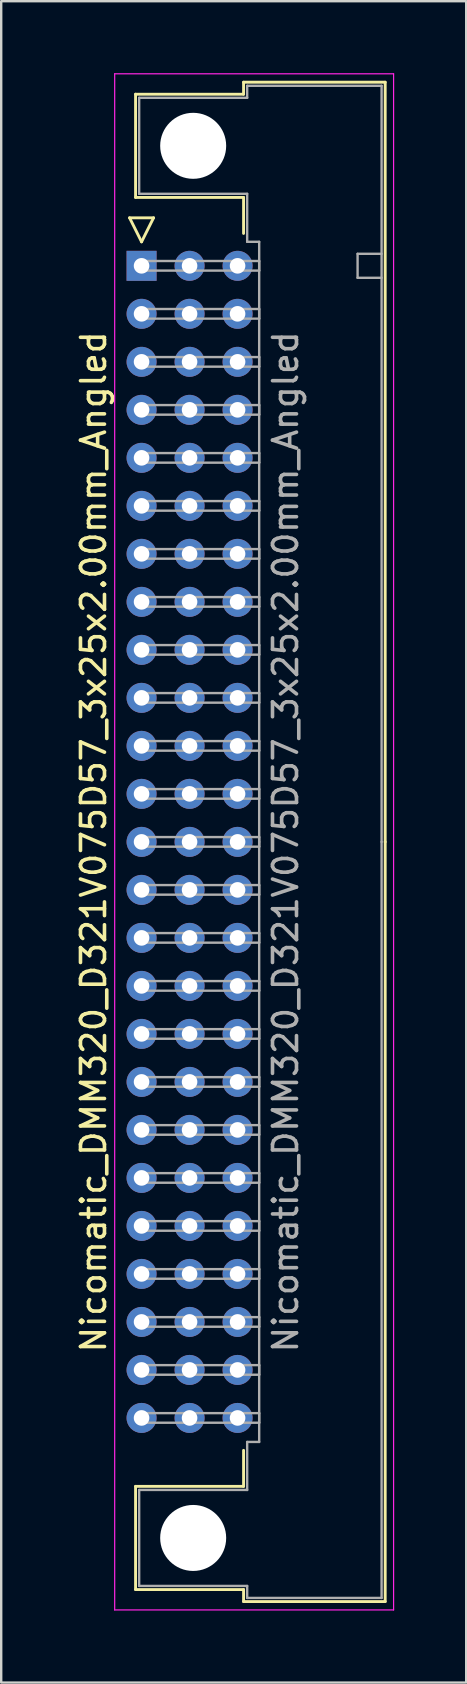
<source format=kicad_pcb>
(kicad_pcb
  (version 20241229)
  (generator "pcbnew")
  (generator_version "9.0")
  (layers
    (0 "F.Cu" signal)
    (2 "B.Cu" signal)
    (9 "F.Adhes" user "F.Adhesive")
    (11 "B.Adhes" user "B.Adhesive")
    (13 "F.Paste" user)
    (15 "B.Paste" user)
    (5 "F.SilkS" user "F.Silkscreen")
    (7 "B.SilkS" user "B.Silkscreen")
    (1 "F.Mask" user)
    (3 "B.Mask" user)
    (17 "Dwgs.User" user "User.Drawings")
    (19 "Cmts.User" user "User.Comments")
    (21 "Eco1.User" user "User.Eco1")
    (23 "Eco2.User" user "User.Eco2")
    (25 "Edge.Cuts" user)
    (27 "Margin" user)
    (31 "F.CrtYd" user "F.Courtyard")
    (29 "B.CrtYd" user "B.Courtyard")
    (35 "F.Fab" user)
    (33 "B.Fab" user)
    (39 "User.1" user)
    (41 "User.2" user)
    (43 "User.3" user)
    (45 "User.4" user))
  (footprint "Nicomatic_DMM320_D321V075D57_3x25x2.00mm_Angled"
    (layer "F.Cu")
    (at 2.848 8.025)
    (property "Reference" "Nicomatic_DMM320_D321V075D57_3x25x2.00mm_Angled" (at -2 24 90) (layer "F.SilkS") (effects (font (size 1 1) (thickness 0.15))))
    (attr through_hole)
    (fp_line (start -0.5 -2) (end 0 -1) (stroke (width 0.12) (type solid)) (layer "F.SilkS"))
    (fp_line (start -0.25 -7.15) (end -0.25 -2.85) (stroke (width 0.12) (type solid)) (layer "F.SilkS"))
    (fp_line (start -0.25 -2.85) (end 4.25 -2.85) (stroke (width 0.12) (type solid)) (layer "F.SilkS"))
    (fp_line (start -0.25 50.85) (end 4.25 50.85) (stroke (width 0.12) (type solid)) (layer "F.SilkS"))
    (fp_line (start -0.25 55.15) (end -0.25 50.85) (stroke (width 0.12) (type solid)) (layer "F.SilkS"))
    (fp_line (start 0 -1) (end 0.5 -2) (stroke (width 0.12) (type solid)) (layer "F.SilkS"))
    (fp_line (start 0.5 -2) (end -0.5 -2) (stroke (width 0.12) (type solid)) (layer "F.SilkS"))
    (fp_line (start 4.25 -7.65) (end 4.25 -7.15) (stroke (width 0.12) (type solid)) (layer "F.SilkS"))
    (fp_line (start 4.25 -7.15) (end -0.25 -7.15) (stroke (width 0.12) (type solid)) (layer "F.SilkS"))
    (fp_line (start 4.25 -2.85) (end 4.25 -1.35) (stroke (width 0.12) (type solid)) (layer "F.SilkS"))
    (fp_line (start 4.25 50.85) (end 4.25 49.35) (stroke (width 0.12) (type solid)) (layer "F.SilkS"))
    (fp_line (start 4.25 55.15) (end -0.25 55.15) (stroke (width 0.12) (type solid)) (layer "F.SilkS"))
    (fp_line (start 4.25 55.65) (end 4.25 55.15) (stroke (width 0.12) (type solid)) (layer "F.SilkS"))
    (fp_line (start 10.15 -7.65) (end 4.25 -7.65) (stroke (width 0.12) (type solid)) (layer "F.SilkS"))
    (fp_line (start 10.15 24) (end 10.15 -7.65) (stroke (width 0.12) (type solid)) (layer "F.SilkS"))
    (fp_line (start 10.15 24) (end 10.15 55.65) (stroke (width 0.12) (type solid)) (layer "F.SilkS"))
    (fp_line (start 10.15 55.65) (end 4.25 55.65) (stroke (width 0.12) (type solid)) (layer "F.SilkS"))
    (fp_line (start -1.12 -8) (end -1.12 56) (stroke (width 0.05) (type solid)) (layer "F.CrtYd"))
    (fp_line (start -1.12 56) (end 10.5 56) (stroke (width 0.05) (type solid)) (layer "F.CrtYd"))
    (fp_line (start 10.5 -8) (end -1.12 -8) (stroke (width 0.05) (type solid)) (layer "F.CrtYd"))
    (fp_line (start 10.5 56) (end 10.5 -8) (stroke (width 0.05) (type solid)) (layer "F.CrtYd"))
    (fp_line (start -0.1 -7) (end -0.1 -3) (stroke (width 0.1) (type solid)) (layer "F.Fab"))
    (fp_line (start -0.1 -3) (end 4.4 -3) (stroke (width 0.1) (type solid)) (layer "F.Fab"))
    (fp_line (start -0.1 51) (end 4.4 51) (stroke (width 0.1) (type solid)) (layer "F.Fab"))
    (fp_line (start -0.1 55) (end -0.1 51) (stroke (width 0.1) (type solid)) (layer "F.Fab"))
    (fp_line (start 0 -0.2) (end 0 0.2) (stroke (width 0.1) (type solid)) (layer "F.Fab"))
    (fp_line (start 0 0.2) (end 4.9 0.2) (stroke (width 0.1) (type solid)) (layer "F.Fab"))
    (fp_line (start 0 1.8) (end 0 2.2) (stroke (width 0.1) (type solid)) (layer "F.Fab"))
    (fp_line (start 0 2.2) (end 4.9 2.2) (stroke (width 0.1) (type solid)) (layer "F.Fab"))
    (fp_line (start 0 3.8) (end 0 4.2) (stroke (width 0.1) (type solid)) (layer "F.Fab"))
    (fp_line (start 0 4.2) (end 4.9 4.2) (stroke (width 0.1) (type solid)) (layer "F.Fab"))
    (fp_line (start 0 5.8) (end 0 6.2) (stroke (width 0.1) (type solid)) (layer "F.Fab"))
    (fp_line (start 0 6.2) (end 4.9 6.2) (stroke (width 0.1) (type solid)) (layer "F.Fab"))
    (fp_line (start 0 7.8) (end 0 8.2) (stroke (width 0.1) (type solid)) (layer "F.Fab"))
    (fp_line (start 0 8.2) (end 4.9 8.2) (stroke (width 0.1) (type solid)) (layer "F.Fab"))
    (fp_line (start 0 9.8) (end 0 10.2) (stroke (width 0.1) (type solid)) (layer "F.Fab"))
    (fp_line (start 0 10.2) (end 4.9 10.2) (stroke (width 0.1) (type solid)) (layer "F.Fab"))
    (fp_line (start 0 11.8) (end 0 12.2) (stroke (width 0.1) (type solid)) (layer "F.Fab"))
    (fp_line (start 0 12.2) (end 4.9 12.2) (stroke (width 0.1) (type solid)) (layer "F.Fab"))
    (fp_line (start 0 13.8) (end 0 14.2) (stroke (width 0.1) (type solid)) (layer "F.Fab"))
    (fp_line (start 0 14.2) (end 4.9 14.2) (stroke (width 0.1) (type solid)) (layer "F.Fab"))
    (fp_line (start 0 15.8) (end 0 16.2) (stroke (width 0.1) (type solid)) (layer "F.Fab"))
    (fp_line (start 0 16.2) (end 4.9 16.2) (stroke (width 0.1) (type solid)) (layer "F.Fab"))
    (fp_line (start 0 17.8) (end 0 18.2) (stroke (width 0.1) (type solid)) (layer "F.Fab"))
    (fp_line (start 0 18.2) (end 4.9 18.2) (stroke (width 0.1) (type solid)) (layer "F.Fab"))
    (fp_line (start 0 19.8) (end 0 20.2) (stroke (width 0.1) (type solid)) (layer "F.Fab"))
    (fp_line (start 0 20.2) (end 4.9 20.2) (stroke (width 0.1) (type solid)) (layer "F.Fab"))
    (fp_line (start 0 21.8) (end 0 22.2) (stroke (width 0.1) (type solid)) (layer "F.Fab"))
    (fp_line (start 0 22.2) (end 4.9 22.2) (stroke (width 0.1) (type solid)) (layer "F.Fab"))
    (fp_line (start 0 23.8) (end 0 24.2) (stroke (width 0.1) (type solid)) (layer "F.Fab"))
    (fp_line (start 0 24.2) (end 4.9 24.2) (stroke (width 0.1) (type solid)) (layer "F.Fab"))
    (fp_line (start 0 25.8) (end 0 26.2) (stroke (width 0.1) (type solid)) (layer "F.Fab"))
    (fp_line (start 0 26.2) (end 4.9 26.2) (stroke (width 0.1) (type solid)) (layer "F.Fab"))
    (fp_line (start 0 27.8) (end 0 28.2) (stroke (width 0.1) (type solid)) (layer "F.Fab"))
    (fp_line (start 0 28.2) (end 4.9 28.2) (stroke (width 0.1) (type solid)) (layer "F.Fab"))
    (fp_line (start 0 29.8) (end 0 30.2) (stroke (width 0.1) (type solid)) (layer "F.Fab"))
    (fp_line (start 0 30.2) (end 4.9 30.2) (stroke (width 0.1) (type solid)) (layer "F.Fab"))
    (fp_line (start 0 31.8) (end 0 32.2) (stroke (width 0.1) (type solid)) (layer "F.Fab"))
    (fp_line (start 0 32.2) (end 4.9 32.2) (stroke (width 0.1) (type solid)) (layer "F.Fab"))
    (fp_line (start 0 33.8) (end 0 34.2) (stroke (width 0.1) (type solid)) (layer "F.Fab"))
    (fp_line (start 0 34.2) (end 4.9 34.2) (stroke (width 0.1) (type solid)) (layer "F.Fab"))
    (fp_line (start 0 35.8) (end 0 36.2) (stroke (width 0.1) (type solid)) (layer "F.Fab"))
    (fp_line (start 0 36.2) (end 4.9 36.2) (stroke (width 0.1) (type solid)) (layer "F.Fab"))
    (fp_line (start 0 37.8) (end 0 38.2) (stroke (width 0.1) (type solid)) (layer "F.Fab"))
    (fp_line (start 0 38.2) (end 4.9 38.2) (stroke (width 0.1) (type solid)) (layer "F.Fab"))
    (fp_line (start 0 39.8) (end 0 40.2) (stroke (width 0.1) (type solid)) (layer "F.Fab"))
    (fp_line (start 0 40.2) (end 4.9 40.2) (stroke (width 0.1) (type solid)) (layer "F.Fab"))
    (fp_line (start 0 41.8) (end 0 42.2) (stroke (width 0.1) (type solid)) (layer "F.Fab"))
    (fp_line (start 0 42.2) (end 4.9 42.2) (stroke (width 0.1) (type solid)) (layer "F.Fab"))
    (fp_line (start 0 43.8) (end 0 44.2) (stroke (width 0.1) (type solid)) (layer "F.Fab"))
    (fp_line (start 0 44.2) (end 4.9 44.2) (stroke (width 0.1) (type solid)) (layer "F.Fab"))
    (fp_line (start 0 45.8) (end 0 46.2) (stroke (width 0.1) (type solid)) (layer "F.Fab"))
    (fp_line (start 0 46.2) (end 4.9 46.2) (stroke (width 0.1) (type solid)) (layer "F.Fab"))
    (fp_line (start 0 47.8) (end 0 48.2) (stroke (width 0.1) (type solid)) (layer "F.Fab"))
    (fp_line (start 0 48.2) (end 4.9 48.2) (stroke (width 0.1) (type solid)) (layer "F.Fab"))
    (fp_line (start 4.4 -7.5) (end 4.4 -7) (stroke (width 0.1) (type solid)) (layer "F.Fab"))
    (fp_line (start 4.4 -7) (end -0.1 -7) (stroke (width 0.1) (type solid)) (layer "F.Fab"))
    (fp_line (start 4.4 -3) (end 4.4 -1) (stroke (width 0.1) (type solid)) (layer "F.Fab"))
    (fp_line (start 4.4 -1) (end 4.9 -1) (stroke (width 0.1) (type solid)) (layer "F.Fab"))
    (fp_line (start 4.4 49) (end 4.9 49) (stroke (width 0.1) (type solid)) (layer "F.Fab"))
    (fp_line (start 4.4 51) (end 4.4 49) (stroke (width 0.1) (type solid)) (layer "F.Fab"))
    (fp_line (start 4.4 55) (end -0.1 55) (stroke (width 0.1) (type solid)) (layer "F.Fab"))
    (fp_line (start 4.4 55.5) (end 4.4 55) (stroke (width 0.1) (type solid)) (layer "F.Fab"))
    (fp_line (start 4.9 -1) (end 4.9 24) (stroke (width 0.1) (type solid)) (layer "F.Fab"))
    (fp_line (start 4.9 -0.2) (end 0 -0.2) (stroke (width 0.1) (type solid)) (layer "F.Fab"))
    (fp_line (start 4.9 0.2) (end 4.9 -0.2) (stroke (width 0.1) (type solid)) (layer "F.Fab"))
    (fp_line (start 4.9 1.8) (end 0 1.8) (stroke (width 0.1) (type solid)) (layer "F.Fab"))
    (fp_line (start 4.9 2.2) (end 4.9 1.8) (stroke (width 0.1) (type solid)) (layer "F.Fab"))
    (fp_line (start 4.9 3.8) (end 0 3.8) (stroke (width 0.1) (type solid)) (layer "F.Fab"))
    (fp_line (start 4.9 4.2) (end 4.9 3.8) (stroke (width 0.1) (type solid)) (layer "F.Fab"))
    (fp_line (start 4.9 5.8) (end 0 5.8) (stroke (width 0.1) (type solid)) (layer "F.Fab"))
    (fp_line (start 4.9 6.2) (end 4.9 5.8) (stroke (width 0.1) (type solid)) (layer "F.Fab"))
    (fp_line (start 4.9 7.8) (end 0 7.8) (stroke (width 0.1) (type solid)) (layer "F.Fab"))
    (fp_line (start 4.9 8.2) (end 4.9 7.8) (stroke (width 0.1) (type solid)) (layer "F.Fab"))
    (fp_line (start 4.9 9.8) (end 0 9.8) (stroke (width 0.1) (type solid)) (layer "F.Fab"))
    (fp_line (start 4.9 10.2) (end 4.9 9.8) (stroke (width 0.1) (type solid)) (layer "F.Fab"))
    (fp_line (start 4.9 11.8) (end 0 11.8) (stroke (width 0.1) (type solid)) (layer "F.Fab"))
    (fp_line (start 4.9 12.2) (end 4.9 11.8) (stroke (width 0.1) (type solid)) (layer "F.Fab"))
    (fp_line (start 4.9 13.8) (end 0 13.8) (stroke (width 0.1) (type solid)) (layer "F.Fab"))
    (fp_line (start 4.9 14.2) (end 4.9 13.8) (stroke (width 0.1) (type solid)) (layer "F.Fab"))
    (fp_line (start 4.9 15.8) (end 0 15.8) (stroke (width 0.1) (type solid)) (layer "F.Fab"))
    (fp_line (start 4.9 16.2) (end 4.9 15.8) (stroke (width 0.1) (type solid)) (layer "F.Fab"))
    (fp_line (start 4.9 17.8) (end 0 17.8) (stroke (width 0.1) (type solid)) (layer "F.Fab"))
    (fp_line (start 4.9 18.2) (end 4.9 17.8) (stroke (width 0.1) (type solid)) (layer "F.Fab"))
    (fp_line (start 4.9 19.8) (end 0 19.8) (stroke (width 0.1) (type solid)) (layer "F.Fab"))
    (fp_line (start 4.9 20.2) (end 4.9 19.8) (stroke (width 0.1) (type solid)) (layer "F.Fab"))
    (fp_line (start 4.9 21.8) (end 0 21.8) (stroke (width 0.1) (type solid)) (layer "F.Fab"))
    (fp_line (start 4.9 22.2) (end 4.9 21.8) (stroke (width 0.1) (type solid)) (layer "F.Fab"))
    (fp_line (start 4.9 23.8) (end 0 23.8) (stroke (width 0.1) (type solid)) (layer "F.Fab"))
    (fp_line (start 4.9 24.2) (end 4.9 23.8) (stroke (width 0.1) (type solid)) (layer "F.Fab"))
    (fp_line (start 4.9 25.8) (end 0 25.8) (stroke (width 0.1) (type solid)) (layer "F.Fab"))
    (fp_line (start 4.9 26.2) (end 4.9 25.8) (stroke (width 0.1) (type solid)) (layer "F.Fab"))
    (fp_line (start 4.9 27.8) (end 0 27.8) (stroke (width 0.1) (type solid)) (layer "F.Fab"))
    (fp_line (start 4.9 28.2) (end 4.9 27.8) (stroke (width 0.1) (type solid)) (layer "F.Fab"))
    (fp_line (start 4.9 29.8) (end 0 29.8) (stroke (width 0.1) (type solid)) (layer "F.Fab"))
    (fp_line (start 4.9 30.2) (end 4.9 29.8) (stroke (width 0.1) (type solid)) (layer "F.Fab"))
    (fp_line (start 4.9 31.8) (end 0 31.8) (stroke (width 0.1) (type solid)) (layer "F.Fab"))
    (fp_line (start 4.9 32.2) (end 4.9 31.8) (stroke (width 0.1) (type solid)) (layer "F.Fab"))
    (fp_line (start 4.9 33.8) (end 0 33.8) (stroke (width 0.1) (type solid)) (layer "F.Fab"))
    (fp_line (start 4.9 34.2) (end 4.9 33.8) (stroke (width 0.1) (type solid)) (layer "F.Fab"))
    (fp_line (start 4.9 35.8) (end 0 35.8) (stroke (width 0.1) (type solid)) (layer "F.Fab"))
    (fp_line (start 4.9 36.2) (end 4.9 35.8) (stroke (width 0.1) (type solid)) (layer "F.Fab"))
    (fp_line (start 4.9 37.8) (end 0 37.8) (stroke (width 0.1) (type solid)) (layer "F.Fab"))
    (fp_line (start 4.9 38.2) (end 4.9 37.8) (stroke (width 0.1) (type solid)) (layer "F.Fab"))
    (fp_line (start 4.9 39.8) (end 0 39.8) (stroke (width 0.1) (type solid)) (layer "F.Fab"))
    (fp_line (start 4.9 40.2) (end 4.9 39.8) (stroke (width 0.1) (type solid)) (layer "F.Fab"))
    (fp_line (start 4.9 41.8) (end 0 41.8) (stroke (width 0.1) (type solid)) (layer "F.Fab"))
    (fp_line (start 4.9 42.2) (end 4.9 41.8) (stroke (width 0.1) (type solid)) (layer "F.Fab"))
    (fp_line (start 4.9 43.8) (end 0 43.8) (stroke (width 0.1) (type solid)) (layer "F.Fab"))
    (fp_line (start 4.9 44.2) (end 4.9 43.8) (stroke (width 0.1) (type solid)) (layer "F.Fab"))
    (fp_line (start 4.9 45.8) (end 0 45.8) (stroke (width 0.1) (type solid)) (layer "F.Fab"))
    (fp_line (start 4.9 46.2) (end 4.9 45.8) (stroke (width 0.1) (type solid)) (layer "F.Fab"))
    (fp_line (start 4.9 47.8) (end 0 47.8) (stroke (width 0.1) (type solid)) (layer "F.Fab"))
    (fp_line (start 4.9 48.2) (end 4.9 47.8) (stroke (width 0.1) (type solid)) (layer "F.Fab"))
    (fp_line (start 4.9 49) (end 4.9 24) (stroke (width 0.1) (type solid)) (layer "F.Fab"))
    (fp_line (start 9 -0.5) (end 9 0.5) (stroke (width 0.1) (type solid)) (layer "F.Fab"))
    (fp_line (start 9 0.5) (end 10 0.5) (stroke (width 0.1) (type solid)) (layer "F.Fab"))
    (fp_line (start 10 -7.5) (end 4.4 -7.5) (stroke (width 0.1) (type solid)) (layer "F.Fab"))
    (fp_line (start 10 -0.5) (end 9 -0.5) (stroke (width 0.1) (type solid)) (layer "F.Fab"))
    (fp_line (start 10 24) (end 10 -7.5) (stroke (width 0.1) (type solid)) (layer "F.Fab"))
    (fp_line (start 10 24) (end 10 55.5) (stroke (width 0.1) (type solid)) (layer "F.Fab"))
    (fp_line (start 10 55.5) (end 4.4 55.5) (stroke (width 0.1) (type solid)) (layer "F.Fab"))
    (fp_text user "${REFERENCE}" (at 6 24 90) (layer "F.Fab") (effects (font (size 1 1) (thickness 0.15))))
    (pad "" np_thru_hole circle (at 2.15 -5) (size 2.75 2.75) (drill 2.75) (layers "*.Cu" "*.Mask"))
    (pad "" np_thru_hole circle (at 2.15 53) (size 2.75 2.75) (drill 2.75) (layers "*.Cu" "*.Mask"))
    (pad "1" thru_hole rect (at 0 0) (size 1.25 1.25) (drill 0.65) (layers "*.Cu" "*.Mask"))
    (pad "2" thru_hole oval (at 0 2) (size 1.25 1.25) (drill 0.65) (layers "*.Cu" "*.Mask"))
    (pad "3" thru_hole oval (at 0 4) (size 1.25 1.25) (drill 0.65) (layers "*.Cu" "*.Mask"))
    (pad "4" thru_hole oval (at 0 6) (size 1.25 1.25) (drill 0.65) (layers "*.Cu" "*.Mask"))
    (pad "5" thru_hole oval (at 0 8) (size 1.25 1.25) (drill 0.65) (layers "*.Cu" "*.Mask"))
    (pad "6" thru_hole oval (at 0 10) (size 1.25 1.25) (drill 0.65) (layers "*.Cu" "*.Mask"))
    (pad "7" thru_hole oval (at 0 12) (size 1.25 1.25) (drill 0.65) (layers "*.Cu" "*.Mask"))
    (pad "8" thru_hole oval (at 0 14) (size 1.25 1.25) (drill 0.65) (layers "*.Cu" "*.Mask"))
    (pad "9" thru_hole oval (at 0 16) (size 1.25 1.25) (drill 0.65) (layers "*.Cu" "*.Mask"))
    (pad "10" thru_hole oval (at 0 18) (size 1.25 1.25) (drill 0.65) (layers "*.Cu" "*.Mask"))
    (pad "11" thru_hole oval (at 0 20) (size 1.25 1.25) (drill 0.65) (layers "*.Cu" "*.Mask"))
    (pad "12" thru_hole oval (at 0 22) (size 1.25 1.25) (drill 0.65) (layers "*.Cu" "*.Mask"))
    (pad "13" thru_hole oval (at 0 24) (size 1.25 1.25) (drill 0.65) (layers "*.Cu" "*.Mask"))
    (pad "14" thru_hole oval (at 0 26) (size 1.25 1.25) (drill 0.65) (layers "*.Cu" "*.Mask"))
    (pad "15" thru_hole oval (at 0 28) (size 1.25 1.25) (drill 0.65) (layers "*.Cu" "*.Mask"))
    (pad "16" thru_hole oval (at 0 30) (size 1.25 1.25) (drill 0.65) (layers "*.Cu" "*.Mask"))
    (pad "17" thru_hole oval (at 0 32) (size 1.25 1.25) (drill 0.65) (layers "*.Cu" "*.Mask"))
    (pad "18" thru_hole oval (at 0 34) (size 1.25 1.25) (drill 0.65) (layers "*.Cu" "*.Mask"))
    (pad "19" thru_hole oval (at 0 36) (size 1.25 1.25) (drill 0.65) (layers "*.Cu" "*.Mask"))
    (pad "20" thru_hole oval (at 0 38) (size 1.25 1.25) (drill 0.65) (layers "*.Cu" "*.Mask"))
    (pad "21" thru_hole oval (at 0 40) (size 1.25 1.25) (drill 0.65) (layers "*.Cu" "*.Mask"))
    (pad "22" thru_hole oval (at 0 42) (size 1.25 1.25) (drill 0.65) (layers "*.Cu" "*.Mask"))
    (pad "23" thru_hole oval (at 0 44) (size 1.25 1.25) (drill 0.65) (layers "*.Cu" "*.Mask"))
    (pad "24" thru_hole oval (at 0 46) (size 1.25 1.25) (drill 0.65) (layers "*.Cu" "*.Mask"))
    (pad "25" thru_hole oval (at 0 48) (size 1.25 1.25) (drill 0.65) (layers "*.Cu" "*.Mask"))
    (pad "26" thru_hole oval (at 2 0) (size 1.25 1.25) (drill 0.65) (layers "*.Cu" "*.Mask"))
    (pad "27" thru_hole oval (at 2 2) (size 1.25 1.25) (drill 0.65) (layers "*.Cu" "*.Mask"))
    (pad "28" thru_hole oval (at 2 4) (size 1.25 1.25) (drill 0.65) (layers "*.Cu" "*.Mask"))
    (pad "29" thru_hole oval (at 2 6) (size 1.25 1.25) (drill 0.65) (layers "*.Cu" "*.Mask"))
    (pad "30" thru_hole oval (at 2 8) (size 1.25 1.25) (drill 0.65) (layers "*.Cu" "*.Mask"))
    (pad "31" thru_hole oval (at 2 10) (size 1.25 1.25) (drill 0.65) (layers "*.Cu" "*.Mask"))
    (pad "32" thru_hole oval (at 2 12) (size 1.25 1.25) (drill 0.65) (layers "*.Cu" "*.Mask"))
    (pad "33" thru_hole oval (at 2 14) (size 1.25 1.25) (drill 0.65) (layers "*.Cu" "*.Mask"))
    (pad "34" thru_hole oval (at 2 16) (size 1.25 1.25) (drill 0.65) (layers "*.Cu" "*.Mask"))
    (pad "35" thru_hole oval (at 2 18) (size 1.25 1.25) (drill 0.65) (layers "*.Cu" "*.Mask"))
    (pad "36" thru_hole oval (at 2 20) (size 1.25 1.25) (drill 0.65) (layers "*.Cu" "*.Mask"))
    (pad "37" thru_hole oval (at 2 22) (size 1.25 1.25) (drill 0.65) (layers "*.Cu" "*.Mask"))
    (pad "38" thru_hole oval (at 2 24) (size 1.25 1.25) (drill 0.65) (layers "*.Cu" "*.Mask"))
    (pad "39" thru_hole oval (at 2 26) (size 1.25 1.25) (drill 0.65) (layers "*.Cu" "*.Mask"))
    (pad "40" thru_hole oval (at 2 28) (size 1.25 1.25) (drill 0.65) (layers "*.Cu" "*.Mask"))
    (pad "41" thru_hole oval (at 2 30) (size 1.25 1.25) (drill 0.65) (layers "*.Cu" "*.Mask"))
    (pad "42" thru_hole oval (at 2 32) (size 1.25 1.25) (drill 0.65) (layers "*.Cu" "*.Mask"))
    (pad "43" thru_hole oval (at 2 34) (size 1.25 1.25) (drill 0.65) (layers "*.Cu" "*.Mask"))
    (pad "44" thru_hole oval (at 2 36) (size 1.25 1.25) (drill 0.65) (layers "*.Cu" "*.Mask"))
    (pad "45" thru_hole oval (at 2 38) (size 1.25 1.25) (drill 0.65) (layers "*.Cu" "*.Mask"))
    (pad "46" thru_hole oval (at 2 40) (size 1.25 1.25) (drill 0.65) (layers "*.Cu" "*.Mask"))
    (pad "47" thru_hole oval (at 2 42) (size 1.25 1.25) (drill 0.65) (layers "*.Cu" "*.Mask"))
    (pad "48" thru_hole oval (at 2 44) (size 1.25 1.25) (drill 0.65) (layers "*.Cu" "*.Mask"))
    (pad "49" thru_hole oval (at 2 46) (size 1.25 1.25) (drill 0.65) (layers "*.Cu" "*.Mask"))
    (pad "50" thru_hole oval (at 2 48) (size 1.25 1.25) (drill 0.65) (layers "*.Cu" "*.Mask"))
    (pad "51" thru_hole oval (at 4 0) (size 1.25 1.25) (drill 0.65) (layers "*.Cu" "*.Mask"))
    (pad "52" thru_hole oval (at 4 2) (size 1.25 1.25) (drill 0.65) (layers "*.Cu" "*.Mask"))
    (pad "53" thru_hole oval (at 4 4) (size 1.25 1.25) (drill 0.65) (layers "*.Cu" "*.Mask"))
    (pad "54" thru_hole oval (at 4 6) (size 1.25 1.25) (drill 0.65) (layers "*.Cu" "*.Mask"))
    (pad "55" thru_hole oval (at 4 8) (size 1.25 1.25) (drill 0.65) (layers "*.Cu" "*.Mask"))
    (pad "56" thru_hole oval (at 4 10) (size 1.25 1.25) (drill 0.65) (layers "*.Cu" "*.Mask"))
    (pad "57" thru_hole oval (at 4 12) (size 1.25 1.25) (drill 0.65) (layers "*.Cu" "*.Mask"))
    (pad "58" thru_hole oval (at 4 14) (size 1.25 1.25) (drill 0.65) (layers "*.Cu" "*.Mask"))
    (pad "59" thru_hole oval (at 4 16) (size 1.25 1.25) (drill 0.65) (layers "*.Cu" "*.Mask"))
    (pad "60" thru_hole oval (at 4 18) (size 1.25 1.25) (drill 0.65) (layers "*.Cu" "*.Mask"))
    (pad "61" thru_hole oval (at 4 20) (size 1.25 1.25) (drill 0.65) (layers "*.Cu" "*.Mask"))
    (pad "62" thru_hole oval (at 4 22) (size 1.25 1.25) (drill 0.65) (layers "*.Cu" "*.Mask"))
    (pad "63" thru_hole oval (at 4 24) (size 1.25 1.25) (drill 0.65) (layers "*.Cu" "*.Mask"))
    (pad "64" thru_hole oval (at 4 26) (size 1.25 1.25) (drill 0.65) (layers "*.Cu" "*.Mask"))
    (pad "65" thru_hole oval (at 4 28) (size 1.25 1.25) (drill 0.65) (layers "*.Cu" "*.Mask"))
    (pad "66" thru_hole oval (at 4 30) (size 1.25 1.25) (drill 0.65) (layers "*.Cu" "*.Mask"))
    (pad "67" thru_hole oval (at 4 32) (size 1.25 1.25) (drill 0.65) (layers "*.Cu" "*.Mask"))
    (pad "68" thru_hole oval (at 4 34) (size 1.25 1.25) (drill 0.65) (layers "*.Cu" "*.Mask"))
    (pad "69" thru_hole oval (at 4 36) (size 1.25 1.25) (drill 0.65) (layers "*.Cu" "*.Mask"))
    (pad "70" thru_hole oval (at 4 38) (size 1.25 1.25) (drill 0.65) (layers "*.Cu" "*.Mask"))
    (pad "71" thru_hole oval (at 4 40) (size 1.25 1.25) (drill 0.65) (layers "*.Cu" "*.Mask"))
    (pad "72" thru_hole oval (at 4 42) (size 1.25 1.25) (drill 0.65) (layers "*.Cu" "*.Mask"))
    (pad "73" thru_hole oval (at 4 44) (size 1.25 1.25) (drill 0.65) (layers "*.Cu" "*.Mask"))
    (pad "74" thru_hole oval (at 4 46) (size 1.25 1.25) (drill 0.65) (layers "*.Cu" "*.Mask"))
    (pad "75" thru_hole oval (at 4 48) (size 1.25 1.25) (drill 0.65) (layers "*.Cu" "*.Mask")))
  (gr_rect
    (start -3 -3)
    (end 16.373 67.05)
    (stroke (width 0.1) (type default))
    (fill no)
    (layer "Edge.Cuts")))
</source>
